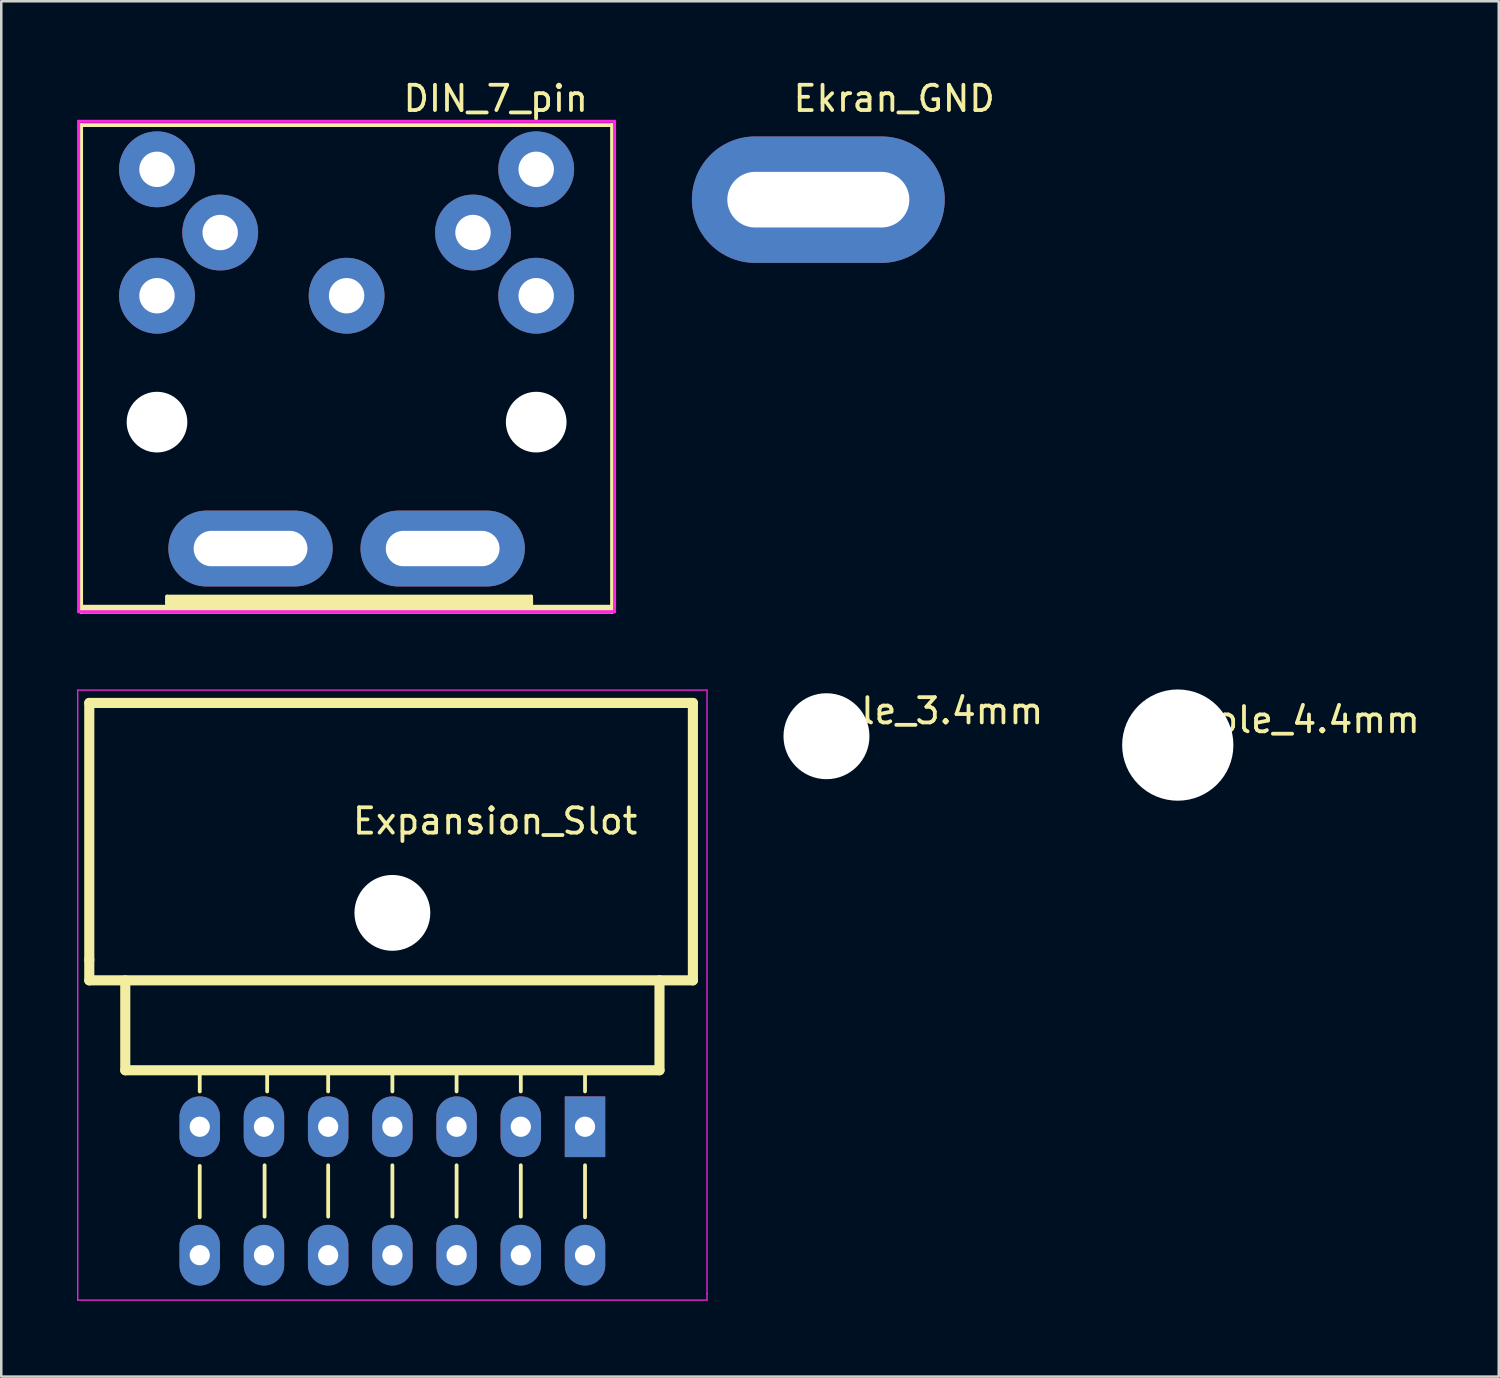
<source format=kicad_pcb>
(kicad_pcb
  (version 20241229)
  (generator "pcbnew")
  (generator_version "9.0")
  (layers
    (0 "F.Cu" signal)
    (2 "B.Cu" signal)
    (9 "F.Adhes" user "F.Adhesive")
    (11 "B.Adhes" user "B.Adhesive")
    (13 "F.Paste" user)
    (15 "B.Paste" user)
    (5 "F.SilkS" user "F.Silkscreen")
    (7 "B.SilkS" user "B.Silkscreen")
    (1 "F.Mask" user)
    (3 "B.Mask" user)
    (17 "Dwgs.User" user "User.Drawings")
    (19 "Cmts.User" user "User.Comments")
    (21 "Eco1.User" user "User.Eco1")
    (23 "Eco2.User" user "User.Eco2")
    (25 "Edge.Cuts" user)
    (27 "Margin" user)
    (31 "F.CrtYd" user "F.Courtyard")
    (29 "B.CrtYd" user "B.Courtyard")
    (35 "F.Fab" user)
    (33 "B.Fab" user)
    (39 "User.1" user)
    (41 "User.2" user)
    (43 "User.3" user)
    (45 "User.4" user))
  (footprint "Hole_4.4mm"
    (layer "F.Cu")
    (at 43.538 26.423)
    (property "Reference" "Hole_4.4mm" (at 5 -1 0) (layer "F.SilkS") (effects (font (size 1 1) (thickness 0.15))))
    (attr through_hole)
    (pad "" np_thru_hole circle (at 0 0) (size 4.4 4.4) (drill 4.4) (layers "*.Cu" "*.Mask")))
  (footprint "Ekran_GND"
    (layer "F.Cu")
    (at 29.32 4.848)
    (property "Reference" "Ekran_GND" (at 3 -4 0) (layer "F.SilkS") (effects (font (size 1 1) (thickness 0.15))))
    (attr through_hole)
    (pad "1" thru_hole oval (at 0 0) (size 10 5) (drill oval 7.2 2.2) (layers "*.Cu" "*.Mask")))
  (footprint "DIN_7_pin"
    (layer "F.Cu")
    (at 10.66 8.648)
    (property "Reference" "DIN_7_pin" (at 5.9 -7.8 0) (layer "F.SilkS") (effects (font (size 1 1) (thickness 0.15))))
    (attr through_hole)
    (fp_line (start -10.5 -6.75) (end 10.5 -6.75) (stroke (width 0.15) (type solid)) (layer "F.SilkS"))
    (fp_line (start -10.5 12.4) (end 10.5 12.4) (stroke (width 0.15) (type solid)) (layer "F.SilkS"))
    (fp_line (start -10.5 12.5) (end -10.5 -6.75) (stroke (width 0.15) (type solid)) (layer "F.SilkS"))
    (fp_line (start -10.5 12.5) (end 10.5 12.5) (stroke (width 0.15) (type solid)) (layer "F.SilkS"))
    (fp_line (start -7.1 11.9) (end -7.1 12.1) (stroke (width 0.15) (type solid)) (layer "F.SilkS"))
    (fp_line (start -7.1 12) (end 7.3 12) (stroke (width 0.15) (type solid)) (layer "F.SilkS"))
    (fp_line (start -7.1 12.1) (end -7.1 12.2) (stroke (width 0.15) (type solid)) (layer "F.SilkS"))
    (fp_line (start -7.1 12.2) (end 7.3 12.2) (stroke (width 0.15) (type solid)) (layer "F.SilkS"))
    (fp_line (start 7.3 11.9) (end -7.1 11.9) (stroke (width 0.15) (type solid)) (layer "F.SilkS"))
    (fp_line (start 7.3 11.9) (end 7.3 12.2) (stroke (width 0.15) (type solid)) (layer "F.SilkS"))
    (fp_line (start 7.3 12) (end 7.3 12.2) (stroke (width 0.15) (type solid)) (layer "F.SilkS"))
    (fp_line (start 7.3 12.1) (end -7.1 12.1) (stroke (width 0.15) (type solid)) (layer "F.SilkS"))
    (fp_line (start 7.3 12.2) (end 7.3 12.1) (stroke (width 0.15) (type solid)) (layer "F.SilkS"))
    (fp_line (start 10.5 -6.75) (end 10.5 12.5) (stroke (width 0.15) (type solid)) (layer "F.SilkS"))
    (fp_line (start 10.5 12.3) (end -10.5 12.3) (stroke (width 0.15) (type solid)) (layer "F.SilkS"))
    (fp_line (start 10.5 12.4) (end 10.5 12.3) (stroke (width 0.15) (type solid)) (layer "F.SilkS"))
    (fp_line (start -10.6 -6.9) (end 10.6 -6.9) (stroke (width 0.12) (type solid)) (layer "F.CrtYd"))
    (fp_line (start -10.6 12.5) (end -10.6 -6.9) (stroke (width 0.12) (type solid)) (layer "F.CrtYd"))
    (fp_line (start 10.6 -6.9) (end 10.6 12.5) (stroke (width 0.12) (type solid)) (layer "F.CrtYd"))
    (fp_line (start 10.6 12.5) (end -10.6 12.5) (stroke (width 0.12) (type solid)) (layer "F.CrtYd"))
    (pad "" np_thru_hole circle (at -7.5 5) (size 2.4 2.4) (drill 2.4) (layers "*.Cu" "*.Mask"))
    (pad "" thru_hole oval (at -3.8 10) (size 6.5 3) (drill oval 4.5 1.4) (layers "*.Cu" "*.Mask"))
    (pad "" thru_hole oval (at 3.8 10) (size 6.5 3) (drill oval 4.5 1.4) (layers "*.Cu" "*.Mask"))
    (pad "" np_thru_hole circle (at 7.5 5) (size 2.4 2.4) (drill 2.4) (layers "*.Cu" "*.Mask"))
    (pad "1" thru_hole circle (at 7.5 0) (size 3 3) (drill 1.4) (layers "*.Cu" "*.Mask"))
    (pad "2" thru_hole circle (at 0 0) (size 3 3) (drill 1.4) (layers "*.Cu" "*.Mask"))
    (pad "3" thru_hole circle (at -7.5 0) (size 3 3) (drill 1.4) (layers "*.Cu" "*.Mask"))
    (pad "4" thru_hole circle (at 5 -2.5) (size 3 3) (drill 1.4) (layers "*.Cu" "*.Mask"))
    (pad "5" thru_hole circle (at -5 -2.5) (size 3 3) (drill 1.4) (layers "*.Cu" "*.Mask"))
    (pad "6" thru_hole circle (at 7.5 -5) (size 3 3) (drill 1.4) (layers "*.Cu" "*.Mask"))
    (pad "7" thru_hole circle (at -7.5 -5) (size 3 3) (drill 1.4) (layers "*.Cu" "*.Mask")))
  (footprint "Expansion_Slot"
    (layer "F.Cu")
    (at 12.471 41.52)
    (property "Reference" "Expansion_Slot" (at 4.064 -12.09 0) (layer "F.SilkS") (effects (font (size 1 1) (thickness 0.15))))
    (attr through_hole)
    (fp_line (start -11.989 -16.764) (end 11.887 -16.764) (stroke (width 0.4) (type solid)) (layer "F.SilkS"))
    (fp_line (start -11.989 -6.604) (end -11.989 -16.764) (stroke (width 0.4) (type solid)) (layer "F.SilkS"))
    (fp_line (start -11.989 -5.791) (end -11.989 -6.604) (stroke (width 0.4) (type solid)) (layer "F.SilkS"))
    (fp_line (start -10.566 -2.235) (end -10.566 -5.791) (stroke (width 0.4) (type solid)) (layer "F.SilkS"))
    (fp_line (start -10.566 -2.235) (end 10.566 -2.235) (stroke (width 0.4) (type solid)) (layer "F.SilkS"))
    (fp_line (start -7.62 -1.397) (end -7.62 -2.032) (stroke (width 0.15) (type solid)) (layer "F.SilkS"))
    (fp_line (start -7.62 1.549) (end -7.62 3.581) (stroke (width 0.15) (type solid)) (layer "F.SilkS"))
    (fp_line (start -5.055 1.524) (end -5.055 3.556) (stroke (width 0.15) (type solid)) (layer "F.SilkS"))
    (fp_line (start -4.953 -1.397) (end -4.953 -2.032) (stroke (width 0.15) (type solid)) (layer "F.SilkS"))
    (fp_line (start -2.54 -1.397) (end -2.54 -2.032) (stroke (width 0.15) (type solid)) (layer "F.SilkS"))
    (fp_line (start -2.54 1.524) (end -2.54 3.556) (stroke (width 0.15) (type solid)) (layer "F.SilkS"))
    (fp_line (start 0 -1.397) (end 0 -2.032) (stroke (width 0.15) (type solid)) (layer "F.SilkS"))
    (fp_line (start 0 1.524) (end 0 3.556) (stroke (width 0.15) (type solid)) (layer "F.SilkS"))
    (fp_line (start 2.54 -1.397) (end 2.54 -2.032) (stroke (width 0.15) (type solid)) (layer "F.SilkS"))
    (fp_line (start 2.54 1.524) (end 2.54 3.556) (stroke (width 0.15) (type solid)) (layer "F.SilkS"))
    (fp_line (start 5.08 -1.397) (end 5.08 -2.032) (stroke (width 0.15) (type solid)) (layer "F.SilkS"))
    (fp_line (start 5.08 1.524) (end 5.08 3.556) (stroke (width 0.15) (type solid)) (layer "F.SilkS"))
    (fp_line (start 7.62 -1.397) (end 7.62 -2.032) (stroke (width 0.15) (type solid)) (layer "F.SilkS"))
    (fp_line (start 7.62 1.524) (end 7.62 3.581) (stroke (width 0.15) (type solid)) (layer "F.SilkS"))
    (fp_line (start 10.566 -2.235) (end 10.566 -5.791) (stroke (width 0.4) (type solid)) (layer "F.SilkS"))
    (fp_line (start 11.887 -16.764) (end 11.887 -5.791) (stroke (width 0.4) (type solid)) (layer "F.SilkS"))
    (fp_line (start 11.887 -5.791) (end -11.989 -5.791) (stroke (width 0.4) (type solid)) (layer "F.SilkS"))
    (fp_line (start -12.446 -17.272) (end -12.446 6.858) (stroke (width 0.05) (type solid)) (layer "F.CrtYd"))
    (fp_line (start -12.446 -17.272) (end 12.446 -17.272) (stroke (width 0.05) (type solid)) (layer "F.CrtYd"))
    (fp_line (start -12.446 6.858) (end 12.446 6.858) (stroke (width 0.05) (type solid)) (layer "F.CrtYd"))
    (fp_line (start 12.446 -17.272) (end 12.446 6.604) (stroke (width 0.05) (type solid)) (layer "F.CrtYd"))
    (fp_line (start 12.446 6.858) (end 12.446 6.604) (stroke (width 0.05) (type solid)) (layer "F.CrtYd"))
    (pad "" np_thru_hole circle (at 0 -8.46) (size 3 3) (drill 3) (layers "*.Cu" "*.Mask"))
    (pad "1" thru_hole rect (at 7.62 0) (size 1.6 2.4) (drill 0.8) (layers "*.Cu" "*.Mask"))
    (pad "2" thru_hole oval (at 5.08 0) (size 1.6 2.4) (drill 0.8) (layers "*.Cu" "*.Mask"))
    (pad "3" thru_hole oval (at 2.54 0) (size 1.6 2.4) (drill 0.8) (layers "*.Cu" "*.Mask"))
    (pad "4" thru_hole oval (at 0 0) (size 1.6 2.4) (drill 0.8) (layers "*.Cu" "*.Mask"))
    (pad "5" thru_hole oval (at -2.54 0) (size 1.6 2.4) (drill 0.8) (layers "*.Cu" "*.Mask"))
    (pad "6" thru_hole oval (at -5.08 0) (size 1.6 2.4) (drill 0.8) (layers "*.Cu" "*.Mask"))
    (pad "7" thru_hole oval (at -7.62 0) (size 1.6 2.4) (drill 0.8) (layers "*.Cu" "*.Mask"))
    (pad "A" thru_hole oval (at 7.62 5.08) (size 1.6 2.4) (drill 0.8) (layers "*.Cu" "*.Mask"))
    (pad "B" thru_hole oval (at 5.08 5.08) (size 1.6 2.4) (drill 0.8) (layers "*.Cu" "*.Mask"))
    (pad "C" thru_hole oval (at 2.54 5.08) (size 1.6 2.4) (drill 0.8) (layers "*.Cu" "*.Mask"))
    (pad "D" thru_hole oval (at 0 5.08) (size 1.6 2.4) (drill 0.8) (layers "*.Cu" "*.Mask"))
    (pad "E" thru_hole oval (at -2.54 5.08) (size 1.6 2.4) (drill 0.8) (layers "*.Cu" "*.Mask"))
    (pad "F" thru_hole oval (at -5.08 5.08) (size 1.6 2.4) (drill 0.8) (layers "*.Cu" "*.Mask"))
    (pad "H" thru_hole oval (at -7.62 5.08) (size 1.6 2.4) (drill 0.8) (layers "*.Cu" "*.Mask")))
  (footprint "Hole_3.4mm"
    (layer "F.Cu")
    (at 29.642 26.072)
    (property "Reference" "Hole_3.4mm" (at 4 -1 0) (layer "F.SilkS") (effects (font (size 1 1) (thickness 0.15))))
    (attr through_hole)
    (pad "" np_thru_hole circle (at 0 0) (size 3.4 3.4) (drill 3.4) (layers "*.Cu" "*.Mask")))
  (gr_rect
    (start -3 -3)
    (end 56.235 51.403)
    (stroke (width 0.1) (type default))
    (fill no)
    (layer "Edge.Cuts")))
</source>
